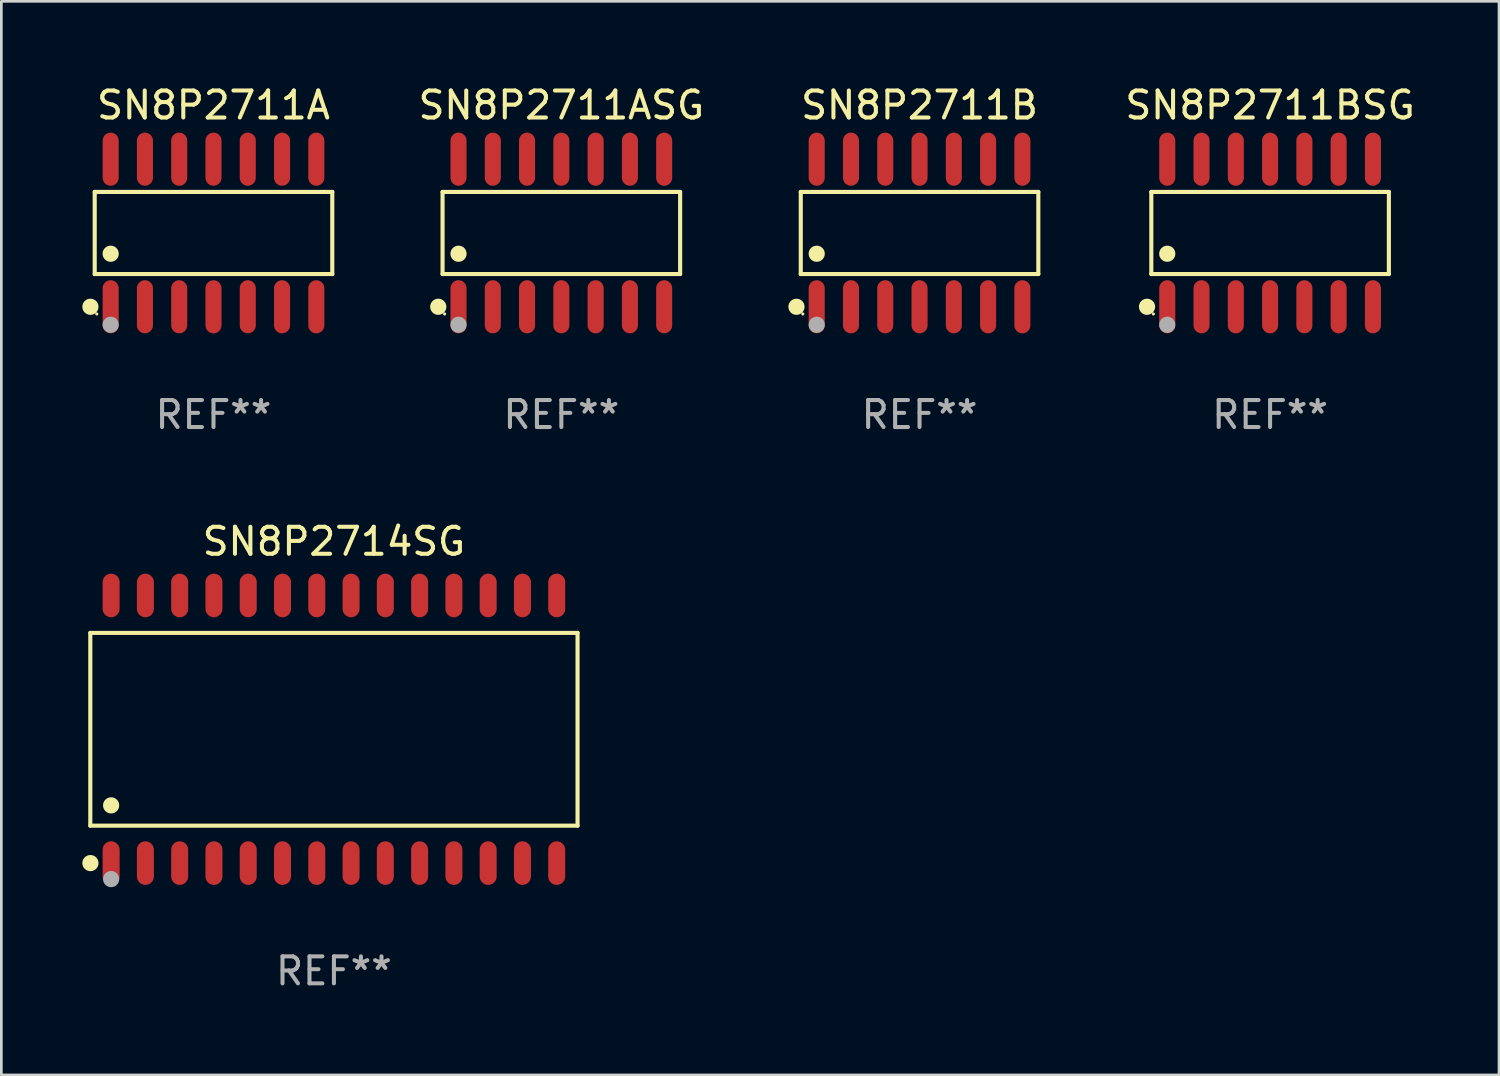
<source format=kicad_pcb>
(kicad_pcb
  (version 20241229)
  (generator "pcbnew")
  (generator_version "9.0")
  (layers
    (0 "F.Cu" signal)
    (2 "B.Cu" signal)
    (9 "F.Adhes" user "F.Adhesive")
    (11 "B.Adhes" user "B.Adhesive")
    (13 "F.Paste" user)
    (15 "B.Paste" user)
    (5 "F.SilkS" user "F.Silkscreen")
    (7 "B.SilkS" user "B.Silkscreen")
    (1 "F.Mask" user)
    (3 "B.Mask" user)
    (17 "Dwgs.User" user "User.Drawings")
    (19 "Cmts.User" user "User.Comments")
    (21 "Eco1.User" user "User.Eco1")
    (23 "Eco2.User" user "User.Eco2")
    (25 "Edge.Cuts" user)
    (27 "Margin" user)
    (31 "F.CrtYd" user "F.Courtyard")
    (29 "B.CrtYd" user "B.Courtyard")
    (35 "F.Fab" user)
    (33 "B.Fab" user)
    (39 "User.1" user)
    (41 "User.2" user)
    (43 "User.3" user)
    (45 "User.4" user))
  (footprint "SN8P2711BSG"
    (layer "F.Cu")
    (at 44.007 5.582)
    (property "Reference" "SN8P2711BSG" (at 0 -4.734 0) (layer "F.SilkS") (effects (font (size 1 1) (thickness 0.15))))
    (attr through_hole)
    (fp_line (start -4.401 -1.521) (end 4.401 -1.521) (stroke (width 0.152) (type solid)) (layer "F.SilkS"))
    (fp_line (start -4.401 1.521) (end -4.401 -1.521) (stroke (width 0.152) (type solid)) (layer "F.SilkS"))
    (fp_line (start 4.401 -1.521) (end 4.401 1.521) (stroke (width 0.152) (type solid)) (layer "F.SilkS"))
    (fp_line (start 4.401 1.521) (end -4.401 1.521) (stroke (width 0.152) (type solid)) (layer "F.SilkS"))
    (fp_circle (center -4.56 2.734) (end -4.41 2.734) (stroke (width 0.3) (type solid)) (fill no) (layer "F.SilkS"))
    (fp_circle (center -4.325 3) (end -4.295 3) (stroke (width 0.06) (type solid)) (fill no) (layer "F.SilkS"))
    (fp_circle (center -3.81 0.769) (end -3.66 0.769) (stroke (width 0.3) (type solid)) (fill no) (layer "F.SilkS"))
    (fp_circle (center -3.81 3.4) (end -3.66 3.4) (stroke (width 0.3) (type solid)) (fill no) (layer "F.Fab"))
    (fp_text user "REF**" (at 0 6.734 0) (layer "F.Fab") (effects (font (size 1 1) (thickness 0.15))))
    (pad "1" smd oval (at -3.81 2.734) (size 0.595 1.968) (layers "F.Cu" "F.Mask" "F.Paste"))
    (pad "2" smd oval (at -2.54 2.734) (size 0.595 1.968) (layers "F.Cu" "F.Mask" "F.Paste"))
    (pad "3" smd oval (at -1.27 2.734) (size 0.595 1.968) (layers "F.Cu" "F.Mask" "F.Paste"))
    (pad "4" smd oval (at 0 2.734) (size 0.595 1.968) (layers "F.Cu" "F.Mask" "F.Paste"))
    (pad "5" smd oval (at 1.27 2.734) (size 0.595 1.968) (layers "F.Cu" "F.Mask" "F.Paste"))
    (pad "6" smd oval (at 2.54 2.734) (size 0.595 1.968) (layers "F.Cu" "F.Mask" "F.Paste"))
    (pad "7" smd oval (at 3.81 2.734) (size 0.595 1.968) (layers "F.Cu" "F.Mask" "F.Paste"))
    (pad "8" smd oval (at 3.81 -2.734) (size 0.595 1.968) (layers "F.Cu" "F.Mask" "F.Paste"))
    (pad "9" smd oval (at 2.54 -2.734) (size 0.595 1.968) (layers "F.Cu" "F.Mask" "F.Paste"))
    (pad "10" smd oval (at 1.27 -2.734) (size 0.595 1.968) (layers "F.Cu" "F.Mask" "F.Paste"))
    (pad "11" smd oval (at 0 -2.734) (size 0.595 1.968) (layers "F.Cu" "F.Mask" "F.Paste"))
    (pad "12" smd oval (at -1.27 -2.734) (size 0.595 1.968) (layers "F.Cu" "F.Mask" "F.Paste"))
    (pad "13" smd oval (at -2.54 -2.734) (size 0.595 1.968) (layers "F.Cu" "F.Mask" "F.Paste"))
    (pad "14" smd oval (at -3.81 -2.734) (size 0.595 1.968) (layers "F.Cu" "F.Mask" "F.Paste")))
  (footprint "SN8P2714SG"
    (layer "F.Cu")
    (at 9.322 23.97)
    (property "Reference" "SN8P2714SG" (at 0 -6.958 0) (layer "F.SilkS") (effects (font (size 1 1) (thickness 0.15))))
    (attr through_hole)
    (fp_line (start -9.026 -3.571) (end 9.026 -3.571) (stroke (width 0.152) (type solid)) (layer "F.SilkS"))
    (fp_line (start -9.026 3.571) (end -9.026 -3.571) (stroke (width 0.152) (type solid)) (layer "F.SilkS"))
    (fp_line (start 9.026 -3.571) (end 9.026 3.571) (stroke (width 0.152) (type solid)) (layer "F.SilkS"))
    (fp_line (start 9.026 3.571) (end -9.026 3.571) (stroke (width 0.152) (type solid)) (layer "F.SilkS"))
    (fp_circle (center -9.022 4.958) (end -8.872 4.958) (stroke (width 0.3) (type solid)) (fill no) (layer "F.SilkS"))
    (fp_circle (center -8.95 5.15) (end -8.92 5.15) (stroke (width 0.06) (type solid)) (fill no) (layer "F.SilkS"))
    (fp_circle (center -8.255 2.819) (end -8.105 2.819) (stroke (width 0.3) (type solid)) (fill no) (layer "F.SilkS"))
    (fp_circle (center -8.255 5.55) (end -8.105 5.55) (stroke (width 0.3) (type solid)) (fill no) (layer "F.Fab"))
    (fp_text user "REF**" (at 0 8.958 0) (layer "F.Fab") (effects (font (size 1 1) (thickness 0.15))))
    (pad "1" smd oval (at -8.255 4.958) (size 0.63 1.615) (layers "F.Cu" "F.Mask" "F.Paste"))
    (pad "2" smd oval (at -6.985 4.958) (size 0.63 1.615) (layers "F.Cu" "F.Mask" "F.Paste"))
    (pad "3" smd oval (at -5.715 4.958) (size 0.63 1.615) (layers "F.Cu" "F.Mask" "F.Paste"))
    (pad "4" smd oval (at -4.445 4.958) (size 0.63 1.615) (layers "F.Cu" "F.Mask" "F.Paste"))
    (pad "5" smd oval (at -3.175 4.958) (size 0.63 1.615) (layers "F.Cu" "F.Mask" "F.Paste"))
    (pad "6" smd oval (at -1.905 4.958) (size 0.63 1.615) (layers "F.Cu" "F.Mask" "F.Paste"))
    (pad "7" smd oval (at -0.635 4.958) (size 0.63 1.615) (layers "F.Cu" "F.Mask" "F.Paste"))
    (pad "8" smd oval (at 0.635 4.958) (size 0.63 1.615) (layers "F.Cu" "F.Mask" "F.Paste"))
    (pad "9" smd oval (at 1.905 4.958) (size 0.63 1.615) (layers "F.Cu" "F.Mask" "F.Paste"))
    (pad "10" smd oval (at 3.175 4.958) (size 0.63 1.615) (layers "F.Cu" "F.Mask" "F.Paste"))
    (pad "11" smd oval (at 4.445 4.958) (size 0.63 1.615) (layers "F.Cu" "F.Mask" "F.Paste"))
    (pad "12" smd oval (at 5.715 4.958) (size 0.63 1.615) (layers "F.Cu" "F.Mask" "F.Paste"))
    (pad "13" smd oval (at 6.985 4.958) (size 0.63 1.615) (layers "F.Cu" "F.Mask" "F.Paste"))
    (pad "14" smd oval (at 8.255 4.958) (size 0.63 1.615) (layers "F.Cu" "F.Mask" "F.Paste"))
    (pad "15" smd oval (at 8.255 -4.958) (size 0.63 1.615) (layers "F.Cu" "F.Mask" "F.Paste"))
    (pad "16" smd oval (at 6.985 -4.958) (size 0.63 1.615) (layers "F.Cu" "F.Mask" "F.Paste"))
    (pad "17" smd oval (at 5.715 -4.958) (size 0.63 1.615) (layers "F.Cu" "F.Mask" "F.Paste"))
    (pad "18" smd oval (at 4.445 -4.958) (size 0.63 1.615) (layers "F.Cu" "F.Mask" "F.Paste"))
    (pad "19" smd oval (at 3.175 -4.958) (size 0.63 1.615) (layers "F.Cu" "F.Mask" "F.Paste"))
    (pad "20" smd oval (at 1.905 -4.958) (size 0.63 1.615) (layers "F.Cu" "F.Mask" "F.Paste"))
    (pad "21" smd oval (at 0.635 -4.958) (size 0.63 1.615) (layers "F.Cu" "F.Mask" "F.Paste"))
    (pad "22" smd oval (at -0.635 -4.958) (size 0.63 1.615) (layers "F.Cu" "F.Mask" "F.Paste"))
    (pad "23" smd oval (at -1.905 -4.958) (size 0.63 1.615) (layers "F.Cu" "F.Mask" "F.Paste"))
    (pad "24" smd oval (at -3.175 -4.958) (size 0.63 1.615) (layers "F.Cu" "F.Mask" "F.Paste"))
    (pad "25" smd oval (at -4.445 -4.958) (size 0.63 1.615) (layers "F.Cu" "F.Mask" "F.Paste"))
    (pad "26" smd oval (at -5.715 -4.958) (size 0.63 1.615) (layers "F.Cu" "F.Mask" "F.Paste"))
    (pad "27" smd oval (at -6.985 -4.958) (size 0.63 1.615) (layers "F.Cu" "F.Mask" "F.Paste"))
    (pad "28" smd oval (at -8.255 -4.958) (size 0.63 1.615) (layers "F.Cu" "F.Mask" "F.Paste")))
  (footprint "SN8P2711B"
    (layer "F.Cu")
    (at 31.019 5.582)
    (property "Reference" "SN8P2711B" (at 0 -4.734 0) (layer "F.SilkS") (effects (font (size 1 1) (thickness 0.15))))
    (attr through_hole)
    (fp_line (start -4.401 -1.521) (end 4.401 -1.521) (stroke (width 0.152) (type solid)) (layer "F.SilkS"))
    (fp_line (start -4.401 1.521) (end -4.401 -1.521) (stroke (width 0.152) (type solid)) (layer "F.SilkS"))
    (fp_line (start 4.401 -1.521) (end 4.401 1.521) (stroke (width 0.152) (type solid)) (layer "F.SilkS"))
    (fp_line (start 4.401 1.521) (end -4.401 1.521) (stroke (width 0.152) (type solid)) (layer "F.SilkS"))
    (fp_circle (center -4.56 2.734) (end -4.41 2.734) (stroke (width 0.3) (type solid)) (fill no) (layer "F.SilkS"))
    (fp_circle (center -4.325 3) (end -4.295 3) (stroke (width 0.06) (type solid)) (fill no) (layer "F.SilkS"))
    (fp_circle (center -3.81 0.769) (end -3.66 0.769) (stroke (width 0.3) (type solid)) (fill no) (layer "F.SilkS"))
    (fp_circle (center -3.81 3.4) (end -3.66 3.4) (stroke (width 0.3) (type solid)) (fill no) (layer "F.Fab"))
    (fp_text user "REF**" (at 0 6.734 0) (layer "F.Fab") (effects (font (size 1 1) (thickness 0.15))))
    (pad "1" smd oval (at -3.81 2.734) (size 0.595 1.968) (layers "F.Cu" "F.Mask" "F.Paste"))
    (pad "2" smd oval (at -2.54 2.734) (size 0.595 1.968) (layers "F.Cu" "F.Mask" "F.Paste"))
    (pad "3" smd oval (at -1.27 2.734) (size 0.595 1.968) (layers "F.Cu" "F.Mask" "F.Paste"))
    (pad "4" smd oval (at 0 2.734) (size 0.595 1.968) (layers "F.Cu" "F.Mask" "F.Paste"))
    (pad "5" smd oval (at 1.27 2.734) (size 0.595 1.968) (layers "F.Cu" "F.Mask" "F.Paste"))
    (pad "6" smd oval (at 2.54 2.734) (size 0.595 1.968) (layers "F.Cu" "F.Mask" "F.Paste"))
    (pad "7" smd oval (at 3.81 2.734) (size 0.595 1.968) (layers "F.Cu" "F.Mask" "F.Paste"))
    (pad "8" smd oval (at 3.81 -2.734) (size 0.595 1.968) (layers "F.Cu" "F.Mask" "F.Paste"))
    (pad "9" smd oval (at 2.54 -2.734) (size 0.595 1.968) (layers "F.Cu" "F.Mask" "F.Paste"))
    (pad "10" smd oval (at 1.27 -2.734) (size 0.595 1.968) (layers "F.Cu" "F.Mask" "F.Paste"))
    (pad "11" smd oval (at 0 -2.734) (size 0.595 1.968) (layers "F.Cu" "F.Mask" "F.Paste"))
    (pad "12" smd oval (at -1.27 -2.734) (size 0.595 1.968) (layers "F.Cu" "F.Mask" "F.Paste"))
    (pad "13" smd oval (at -2.54 -2.734) (size 0.595 1.968) (layers "F.Cu" "F.Mask" "F.Paste"))
    (pad "14" smd oval (at -3.81 -2.734) (size 0.595 1.968) (layers "F.Cu" "F.Mask" "F.Paste")))
  (footprint "SN8P2711ASG"
    (layer "F.Cu")
    (at 17.748 5.582)
    (property "Reference" "SN8P2711ASG" (at 0 -4.734 0) (layer "F.SilkS") (effects (font (size 1 1) (thickness 0.15))))
    (attr through_hole)
    (fp_line (start -4.401 -1.521) (end 4.401 -1.521) (stroke (width 0.152) (type solid)) (layer "F.SilkS"))
    (fp_line (start -4.401 1.521) (end -4.401 -1.521) (stroke (width 0.152) (type solid)) (layer "F.SilkS"))
    (fp_line (start 4.401 -1.521) (end 4.401 1.521) (stroke (width 0.152) (type solid)) (layer "F.SilkS"))
    (fp_line (start 4.401 1.521) (end -4.401 1.521) (stroke (width 0.152) (type solid)) (layer "F.SilkS"))
    (fp_circle (center -4.56 2.734) (end -4.41 2.734) (stroke (width 0.3) (type solid)) (fill no) (layer "F.SilkS"))
    (fp_circle (center -4.325 3) (end -4.295 3) (stroke (width 0.06) (type solid)) (fill no) (layer "F.SilkS"))
    (fp_circle (center -3.81 0.769) (end -3.66 0.769) (stroke (width 0.3) (type solid)) (fill no) (layer "F.SilkS"))
    (fp_circle (center -3.81 3.4) (end -3.66 3.4) (stroke (width 0.3) (type solid)) (fill no) (layer "F.Fab"))
    (fp_text user "REF**" (at 0 6.734 0) (layer "F.Fab") (effects (font (size 1 1) (thickness 0.15))))
    (pad "1" smd oval (at -3.81 2.734) (size 0.595 1.968) (layers "F.Cu" "F.Mask" "F.Paste"))
    (pad "2" smd oval (at -2.54 2.734) (size 0.595 1.968) (layers "F.Cu" "F.Mask" "F.Paste"))
    (pad "3" smd oval (at -1.27 2.734) (size 0.595 1.968) (layers "F.Cu" "F.Mask" "F.Paste"))
    (pad "4" smd oval (at 0 2.734) (size 0.595 1.968) (layers "F.Cu" "F.Mask" "F.Paste"))
    (pad "5" smd oval (at 1.27 2.734) (size 0.595 1.968) (layers "F.Cu" "F.Mask" "F.Paste"))
    (pad "6" smd oval (at 2.54 2.734) (size 0.595 1.968) (layers "F.Cu" "F.Mask" "F.Paste"))
    (pad "7" smd oval (at 3.81 2.734) (size 0.595 1.968) (layers "F.Cu" "F.Mask" "F.Paste"))
    (pad "8" smd oval (at 3.81 -2.734) (size 0.595 1.968) (layers "F.Cu" "F.Mask" "F.Paste"))
    (pad "9" smd oval (at 2.54 -2.734) (size 0.595 1.968) (layers "F.Cu" "F.Mask" "F.Paste"))
    (pad "10" smd oval (at 1.27 -2.734) (size 0.595 1.968) (layers "F.Cu" "F.Mask" "F.Paste"))
    (pad "11" smd oval (at 0 -2.734) (size 0.595 1.968) (layers "F.Cu" "F.Mask" "F.Paste"))
    (pad "12" smd oval (at -1.27 -2.734) (size 0.595 1.968) (layers "F.Cu" "F.Mask" "F.Paste"))
    (pad "13" smd oval (at -2.54 -2.734) (size 0.595 1.968) (layers "F.Cu" "F.Mask" "F.Paste"))
    (pad "14" smd oval (at -3.81 -2.734) (size 0.595 1.968) (layers "F.Cu" "F.Mask" "F.Paste")))
  (footprint "SN8P2711A"
    (layer "F.Cu")
    (at 4.86 5.582)
    (property "Reference" "SN8P2711A" (at 0 -4.734 0) (layer "F.SilkS") (effects (font (size 1 1) (thickness 0.15))))
    (attr through_hole)
    (fp_line (start -4.401 -1.521) (end 4.401 -1.521) (stroke (width 0.152) (type solid)) (layer "F.SilkS"))
    (fp_line (start -4.401 1.521) (end -4.401 -1.521) (stroke (width 0.152) (type solid)) (layer "F.SilkS"))
    (fp_line (start 4.401 -1.521) (end 4.401 1.521) (stroke (width 0.152) (type solid)) (layer "F.SilkS"))
    (fp_line (start 4.401 1.521) (end -4.401 1.521) (stroke (width 0.152) (type solid)) (layer "F.SilkS"))
    (fp_circle (center -4.56 2.734) (end -4.41 2.734) (stroke (width 0.3) (type solid)) (fill no) (layer "F.SilkS"))
    (fp_circle (center -4.325 3) (end -4.295 3) (stroke (width 0.06) (type solid)) (fill no) (layer "F.SilkS"))
    (fp_circle (center -3.81 0.769) (end -3.66 0.769) (stroke (width 0.3) (type solid)) (fill no) (layer "F.SilkS"))
    (fp_circle (center -3.81 3.4) (end -3.66 3.4) (stroke (width 0.3) (type solid)) (fill no) (layer "F.Fab"))
    (fp_text user "REF**" (at 0 6.734 0) (layer "F.Fab") (effects (font (size 1 1) (thickness 0.15))))
    (pad "1" smd oval (at -3.81 2.734) (size 0.595 1.968) (layers "F.Cu" "F.Mask" "F.Paste"))
    (pad "2" smd oval (at -2.54 2.734) (size 0.595 1.968) (layers "F.Cu" "F.Mask" "F.Paste"))
    (pad "3" smd oval (at -1.27 2.734) (size 0.595 1.968) (layers "F.Cu" "F.Mask" "F.Paste"))
    (pad "4" smd oval (at 0 2.734) (size 0.595 1.968) (layers "F.Cu" "F.Mask" "F.Paste"))
    (pad "5" smd oval (at 1.27 2.734) (size 0.595 1.968) (layers "F.Cu" "F.Mask" "F.Paste"))
    (pad "6" smd oval (at 2.54 2.734) (size 0.595 1.968) (layers "F.Cu" "F.Mask" "F.Paste"))
    (pad "7" smd oval (at 3.81 2.734) (size 0.595 1.968) (layers "F.Cu" "F.Mask" "F.Paste"))
    (pad "8" smd oval (at 3.81 -2.734) (size 0.595 1.968) (layers "F.Cu" "F.Mask" "F.Paste"))
    (pad "9" smd oval (at 2.54 -2.734) (size 0.595 1.968) (layers "F.Cu" "F.Mask" "F.Paste"))
    (pad "10" smd oval (at 1.27 -2.734) (size 0.595 1.968) (layers "F.Cu" "F.Mask" "F.Paste"))
    (pad "11" smd oval (at 0 -2.734) (size 0.595 1.968) (layers "F.Cu" "F.Mask" "F.Paste"))
    (pad "12" smd oval (at -1.27 -2.734) (size 0.595 1.968) (layers "F.Cu" "F.Mask" "F.Paste"))
    (pad "13" smd oval (at -2.54 -2.734) (size 0.595 1.968) (layers "F.Cu" "F.Mask" "F.Paste"))
    (pad "14" smd oval (at -3.81 -2.734) (size 0.595 1.968) (layers "F.Cu" "F.Mask" "F.Paste")))
  (gr_rect
    (start -3 -3)
    (end 52.489 36.776)
    (stroke (width 0.1) (type default))
    (fill no)
    (layer "Edge.Cuts")))
</source>
